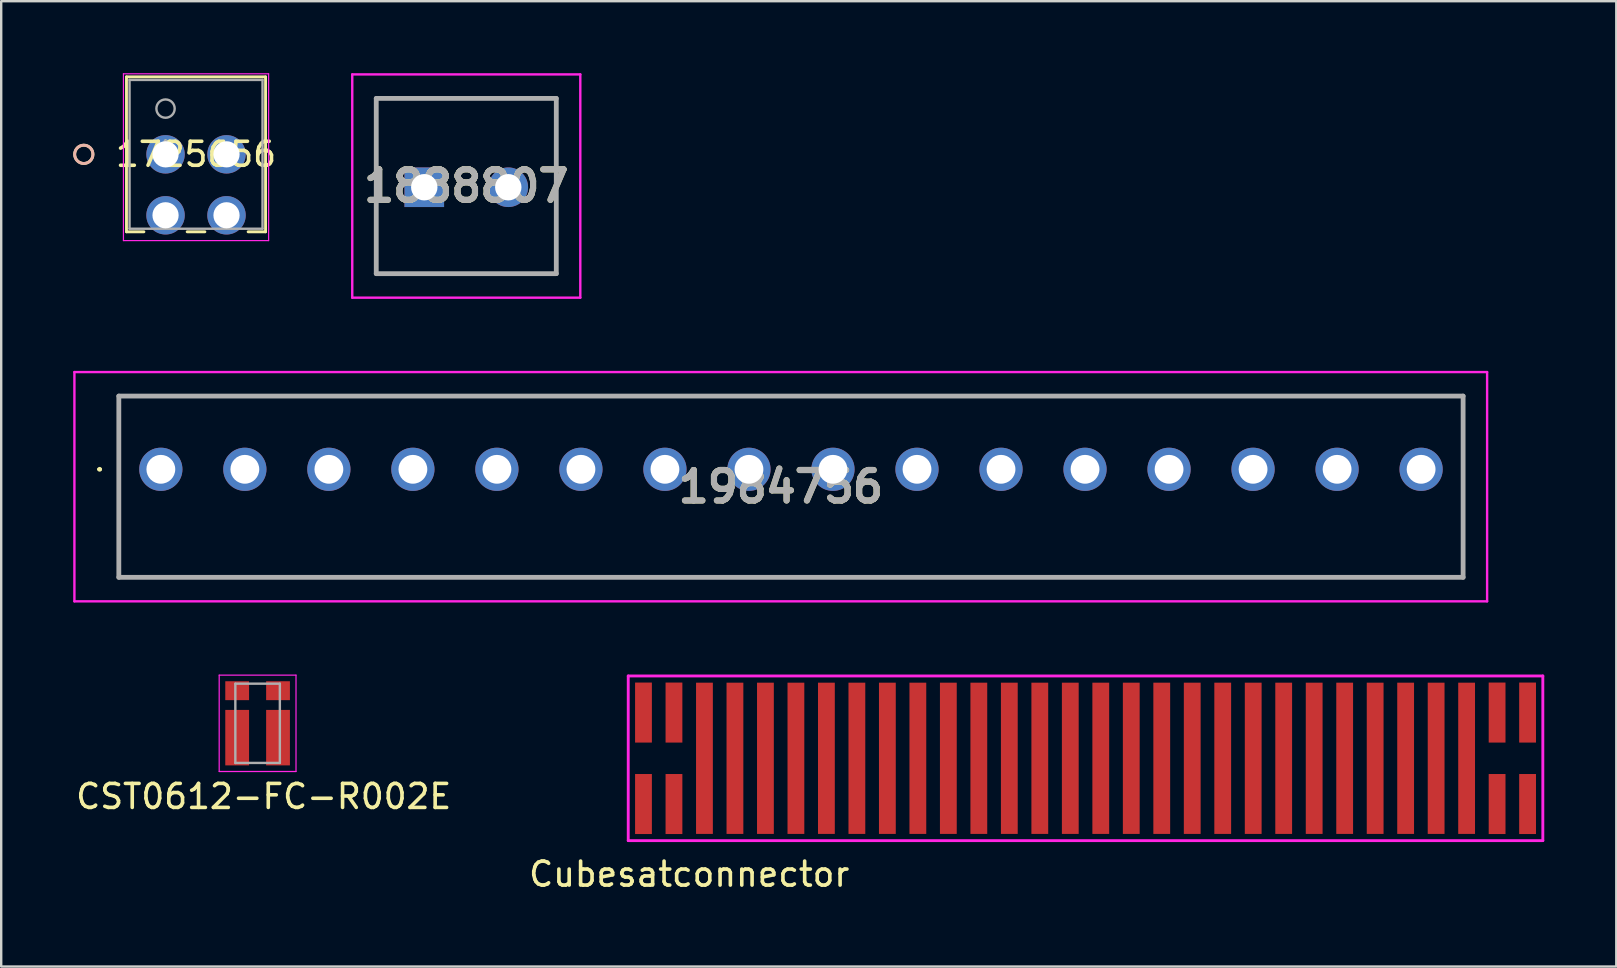
<source format=kicad_pcb>
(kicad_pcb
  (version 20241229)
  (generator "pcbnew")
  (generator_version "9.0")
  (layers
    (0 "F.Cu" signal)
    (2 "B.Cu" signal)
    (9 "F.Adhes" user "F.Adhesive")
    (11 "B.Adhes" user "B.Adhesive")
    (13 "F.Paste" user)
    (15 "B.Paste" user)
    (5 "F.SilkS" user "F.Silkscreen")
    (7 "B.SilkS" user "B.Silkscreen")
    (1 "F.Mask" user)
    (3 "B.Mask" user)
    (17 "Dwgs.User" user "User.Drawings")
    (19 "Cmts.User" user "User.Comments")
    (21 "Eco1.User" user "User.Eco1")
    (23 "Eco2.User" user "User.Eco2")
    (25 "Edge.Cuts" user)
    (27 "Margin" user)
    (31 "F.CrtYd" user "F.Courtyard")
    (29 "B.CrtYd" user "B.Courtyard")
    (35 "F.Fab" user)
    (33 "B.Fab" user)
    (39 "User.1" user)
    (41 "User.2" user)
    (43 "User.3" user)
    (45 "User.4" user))
  (footprint "1888807"
    (layer "F.Cu")
    (at 14.624 4.75)
    (property "Reference" "1888807" (at 1.75 -0.05 0) (layer "F.SilkS") (effects (font (size 1.27 1.27) (thickness 0.254))))
    (attr through_hole)
    (fp_line (start -2 -3.7) (end 5.5 -3.7) (stroke (width 0.1) (type solid)) (layer "F.SilkS"))
    (fp_line (start -2 3.6) (end -2 -3.7) (stroke (width 0.1) (type solid)) (layer "F.SilkS"))
    (fp_line (start 5.5 -3.7) (end 5.5 3.6) (stroke (width 0.1) (type solid)) (layer "F.SilkS"))
    (fp_line (start 5.5 3.6) (end -2 3.6) (stroke (width 0.1) (type solid)) (layer "F.SilkS"))
    (fp_line (start -3 -4.7) (end 6.5 -4.7) (stroke (width 0.1) (type solid)) (layer "F.CrtYd"))
    (fp_line (start -3 4.6) (end -3 -4.7) (stroke (width 0.1) (type solid)) (layer "F.CrtYd"))
    (fp_line (start 6.5 -4.7) (end 6.5 4.6) (stroke (width 0.1) (type solid)) (layer "F.CrtYd"))
    (fp_line (start 6.5 4.6) (end -3 4.6) (stroke (width 0.1) (type solid)) (layer "F.CrtYd"))
    (fp_line (start -2 -3.7) (end -2 3.6) (stroke (width 0.2) (type solid)) (layer "F.Fab"))
    (fp_line (start -2 3.6) (end 5.5 3.6) (stroke (width 0.2) (type solid)) (layer "F.Fab"))
    (fp_line (start 5.5 -3.7) (end -2 -3.7) (stroke (width 0.2) (type solid)) (layer "F.Fab"))
    (fp_line (start 5.5 3.6) (end 5.5 -3.7) (stroke (width 0.2) (type solid)) (layer "F.Fab"))
    (fp_text user "${REFERENCE}" (at 1.75 -0.05 0) (layer "F.Fab") (effects (font (size 1.27 1.27) (thickness 0.254))))
    (pad "1" thru_hole rect (at 0 0) (size 1.65 1.65) (drill 1.1) (layers "*.Cu" "*.Mask"))
    (pad "2" thru_hole circle (at 3.5 0) (size 1.65 1.65) (drill 1.1) (layers "*.Cu" "*.Mask")))
  (footprint "CST0612-FC-R002E"
    (layer "F.Cu")
    (at 7.681 27.082)
    (property "Reference" "CST0612-FC-R002E" (at 0.254 3.048 0) (layer "F.SilkS") (effects (font (size 1 1) (thickness 0.15))))
    (attr through_hole)
    (fp_line (start -1.6 -2.007) (end 1.6 -2.007) (stroke (width 0.05) (type solid)) (layer "F.CrtYd"))
    (fp_line (start -1.6 2.007) (end -1.6 -2.007) (stroke (width 0.05) (type solid)) (layer "F.CrtYd"))
    (fp_line (start 1.6 -2.007) (end 1.6 2.007) (stroke (width 0.05) (type solid)) (layer "F.CrtYd"))
    (fp_line (start 1.6 2.007) (end -1.6 2.007) (stroke (width 0.05) (type solid)) (layer "F.CrtYd"))
    (fp_line (start -0.927 -1.651) (end -0.927 1.651) (stroke (width 0.1) (type solid)) (layer "F.Fab"))
    (fp_line (start -0.927 1.651) (end 0.927 1.651) (stroke (width 0.1) (type solid)) (layer "F.Fab"))
    (fp_line (start 0.927 -1.651) (end -0.927 -1.651) (stroke (width 0.1) (type solid)) (layer "F.Fab"))
    (fp_line (start 0.927 1.651) (end 0.927 -1.651) (stroke (width 0.1) (type solid)) (layer "F.Fab"))
    (pad "1" smd rect (at -0.851 0.597) (size 0.991 2.311) (layers "F.Cu" "F.Mask" "F.Paste"))
    (pad "2" smd rect (at -0.851 -1.359) (size 0.991 0.787) (layers "F.Cu" "F.Mask" "F.Paste"))
    (pad "3" smd rect (at 0.851 0.597) (size 0.991 2.311) (layers "F.Cu" "F.Mask" "F.Paste"))
    (pad "4" smd rect (at 0.851 -1.359) (size 0.991 0.787) (layers "F.Cu" "F.Mask" "F.Paste")))
  (footprint "1984756"
    (layer "F.Cu")
    (at 3.65 16.5)
    (property "Reference" "1984756" (at 25.825 0.725 0) (layer "F.SilkS") (effects (font (size 1.27 1.27) (thickness 0.254))))
    (attr through_hole)
    (fp_line (start -2.6 0) (end -2.6 0) (stroke (width 0.1) (type solid)) (layer "F.SilkS"))
    (fp_line (start -2.5 0) (end -2.5 0) (stroke (width 0.1) (type solid)) (layer "F.SilkS"))
    (fp_line (start -1.75 -3.05) (end 54.25 -3.05) (stroke (width 0.1) (type solid)) (layer "F.SilkS"))
    (fp_line (start -1.75 4.5) (end -1.75 -3.05) (stroke (width 0.1) (type solid)) (layer "F.SilkS"))
    (fp_line (start 54.25 -3.05) (end 54.25 4.5) (stroke (width 0.1) (type solid)) (layer "F.SilkS"))
    (fp_line (start 54.25 4.5) (end -1.75 4.5) (stroke (width 0.1) (type solid)) (layer "F.SilkS"))
    (fp_arc (start -2.6 0) (mid -2.55 -0.05) (end -2.5 0) (stroke (width 0.1) (type solid)) (layer "F.SilkS"))
    (fp_arc (start -2.5 0) (mid -2.55 0.05) (end -2.6 0) (stroke (width 0.1) (type solid)) (layer "F.SilkS"))
    (fp_line (start -3.6 -4.05) (end 55.25 -4.05) (stroke (width 0.1) (type solid)) (layer "F.CrtYd"))
    (fp_line (start -3.6 5.5) (end -3.6 -4.05) (stroke (width 0.1) (type solid)) (layer "F.CrtYd"))
    (fp_line (start 55.25 -4.05) (end 55.25 5.5) (stroke (width 0.1) (type solid)) (layer "F.CrtYd"))
    (fp_line (start 55.25 5.5) (end -3.6 5.5) (stroke (width 0.1) (type solid)) (layer "F.CrtYd"))
    (fp_line (start -1.75 -3.05) (end 54.25 -3.05) (stroke (width 0.2) (type solid)) (layer "F.Fab"))
    (fp_line (start -1.75 4.5) (end -1.75 -3.05) (stroke (width 0.2) (type solid)) (layer "F.Fab"))
    (fp_line (start 54.25 -3.05) (end 54.25 4.5) (stroke (width 0.2) (type solid)) (layer "F.Fab"))
    (fp_line (start 54.25 4.5) (end -1.75 4.5) (stroke (width 0.2) (type solid)) (layer "F.Fab"))
    (fp_text user "${REFERENCE}" (at 25.825 0.725 0) (layer "F.Fab") (effects (font (size 1.27 1.27) (thickness 0.254))))
    (pad "1" thru_hole circle (at 0 0) (size 1.8 1.8) (drill 1.2) (layers "*.Cu" "*.Mask"))
    (pad "2" thru_hole circle (at 3.5 0) (size 1.8 1.8) (drill 1.2) (layers "*.Cu" "*.Mask"))
    (pad "3" thru_hole circle (at 7 0) (size 1.8 1.8) (drill 1.2) (layers "*.Cu" "*.Mask"))
    (pad "4" thru_hole circle (at 10.5 0) (size 1.8 1.8) (drill 1.2) (layers "*.Cu" "*.Mask"))
    (pad "5" thru_hole circle (at 14 0) (size 1.8 1.8) (drill 1.2) (layers "*.Cu" "*.Mask"))
    (pad "6" thru_hole circle (at 17.5 0) (size 1.8 1.8) (drill 1.2) (layers "*.Cu" "*.Mask"))
    (pad "7" thru_hole circle (at 21 0) (size 1.8 1.8) (drill 1.2) (layers "*.Cu" "*.Mask"))
    (pad "8" thru_hole circle (at 24.5 0) (size 1.8 1.8) (drill 1.2) (layers "*.Cu" "*.Mask"))
    (pad "9" thru_hole circle (at 28 0) (size 1.8 1.8) (drill 1.2) (layers "*.Cu" "*.Mask"))
    (pad "10" thru_hole circle (at 31.5 0) (size 1.8 1.8) (drill 1.2) (layers "*.Cu" "*.Mask"))
    (pad "11" thru_hole circle (at 35 0) (size 1.8 1.8) (drill 1.2) (layers "*.Cu" "*.Mask"))
    (pad "12" thru_hole circle (at 38.5 0) (size 1.8 1.8) (drill 1.2) (layers "*.Cu" "*.Mask"))
    (pad "13" thru_hole circle (at 42 0) (size 1.8 1.8) (drill 1.2) (layers "*.Cu" "*.Mask"))
    (pad "14" thru_hole circle (at 45.5 0) (size 1.8 1.8) (drill 1.2) (layers "*.Cu" "*.Mask"))
    (pad "15" thru_hole circle (at 49 0) (size 1.8 1.8) (drill 1.2) (layers "*.Cu" "*.Mask"))
    (pad "16" thru_hole circle (at 52.5 0) (size 1.8 1.8) (drill 1.2) (layers "*.Cu" "*.Mask")))
  (footprint "1725656"
    (layer "F.Cu")
    (at 3.846 3.379)
    (property "Reference" "1725656" (at 1.27 0 0) (layer "F.SilkS") (effects (font (size 1 1) (thickness 0.15))))
    (attr through_hole)
    (fp_line (start -1.627 -3.227) (end -1.627 3.227) (stroke (width 0.12) (type solid)) (layer "F.SilkS"))
    (fp_line (start -1.627 3.227) (end -0.901 3.227) (stroke (width 0.12) (type solid)) (layer "F.SilkS"))
    (fp_line (start 0.901 3.227) (end 1.639 3.227) (stroke (width 0.12) (type solid)) (layer "F.SilkS"))
    (fp_line (start 3.441 3.227) (end 4.167 3.227) (stroke (width 0.12) (type solid)) (layer "F.SilkS"))
    (fp_line (start 4.167 -3.227) (end -1.627 -3.227) (stroke (width 0.12) (type solid)) (layer "F.SilkS"))
    (fp_line (start 4.167 3.227) (end 4.167 -3.227) (stroke (width 0.12) (type solid)) (layer "F.SilkS"))
    (fp_circle (center -3.405 0) (end -3.024 0) (stroke (width 0.12) (type solid)) (fill no) (layer "F.SilkS"))
    (fp_circle (center -3.405 0) (end -3.024 0) (stroke (width 0.12) (type solid)) (fill no) (layer "B.SilkS"))
    (fp_line (start -1.754 -3.354) (end -1.754 3.594) (stroke (width 0.05) (type solid)) (layer "F.CrtYd"))
    (fp_line (start -1.754 3.594) (end 4.294 3.594) (stroke (width 0.05) (type solid)) (layer "F.CrtYd"))
    (fp_line (start 4.294 -3.354) (end -1.754 -3.354) (stroke (width 0.05) (type solid)) (layer "F.CrtYd"))
    (fp_line (start 4.294 3.594) (end 4.294 -3.354) (stroke (width 0.05) (type solid)) (layer "F.CrtYd"))
    (fp_line (start -1.5 -3.1) (end -1.5 3.1) (stroke (width 0.1) (type solid)) (layer "F.Fab"))
    (fp_line (start -1.5 3.1) (end 4.04 3.1) (stroke (width 0.1) (type solid)) (layer "F.Fab"))
    (fp_line (start 4.04 -3.1) (end -1.5 -3.1) (stroke (width 0.1) (type solid)) (layer "F.Fab"))
    (fp_line (start 4.04 3.1) (end 4.04 -3.1) (stroke (width 0.1) (type solid)) (layer "F.Fab"))
    (fp_circle (center 0 -1.905) (end 0.381 -1.905) (stroke (width 0.1) (type solid)) (fill no) (layer "F.Fab"))
    (fp_text user "*" (at 0 0 0) (layer "F.SilkS") (effects (font (size 1 1) (thickness 0.15))))
    (fp_text user "Copyright 2021 Accelerated Designs. All rights reserved." (at 0 0 0) (layer "Cmts.User") (effects (font (size 0.127 0.127) (thickness 0.002))))
    (fp_text user "*" (at 0 0 0) (layer "F.Fab") (effects (font (size 1 1) (thickness 0.15))))
    (pad "1" thru_hole circle (at 0 0) (size 1.6 1.6) (drill 1.092) (layers "*.Cu" "*.Mask"))
    (pad "2" thru_hole circle (at 2.54 0) (size 1.6 1.6) (drill 1.092) (layers "*.Cu" "*.Mask"))
    (pad "3" thru_hole circle (at 0 2.54 90) (size 1.6 1.6) (drill 1.092) (layers "*.Cu" "*.Mask"))
    (pad "4" thru_hole circle (at 2.54 2.54 90) (size 1.6 1.6) (drill 1.092) (layers "*.Cu" "*.Mask")))
  (footprint "Cubesatconnector"
    (layer "F.Cu")
    (at 42.171 28.539)
    (property "Reference" "Cubesatconnector" (at -16.51 4.826 0) (layer "F.SilkS") (effects (font (size 1 1) (thickness 0.15))))
    (attr through_hole)
    (fp_line (start -19.05 -3.429) (end 19.05 -3.429) (stroke (width 0.12) (type solid)) (layer "F.CrtYd"))
    (fp_line (start -19.05 3.429) (end -19.05 -3.429) (stroke (width 0.12) (type solid)) (layer "F.CrtYd"))
    (fp_line (start 19.05 -3.429) (end 19.05 3.429) (stroke (width 0.12) (type solid)) (layer "F.CrtYd"))
    (fp_line (start 19.05 3.429) (end -19.05 3.429) (stroke (width 0.12) (type solid)) (layer "F.CrtYd"))
    (pad "1" smd rect (at -18.415 -1.905) (size 0.7 2.5) (layers "F.Cu" "F.Mask" "F.Paste"))
    (pad "1" smd rect (at -18.415 1.905) (size 0.7 2.5) (layers "F.Cu" "F.Mask" "F.Paste"))
    (pad "2" smd rect (at -17.145 -1.905) (size 0.7 2.5) (layers "F.Cu" "F.Mask" "F.Paste"))
    (pad "2" smd rect (at -17.145 1.905) (size 0.7 2.5) (layers "F.Cu" "F.Mask" "F.Paste"))
    (pad "3" smd rect (at -15.875 0) (size 0.7 6.3) (layers "F.Cu" "F.Mask" "F.Paste"))
    (pad "4" smd rect (at -14.605 0) (size 0.7 6.3) (layers "F.Cu" "F.Mask" "F.Paste"))
    (pad "5" smd rect (at -13.335 0) (size 0.7 6.3) (layers "F.Cu" "F.Mask" "F.Paste"))
    (pad "6" smd rect (at -12.065 0) (size 0.7 6.3) (layers "F.Cu" "F.Mask" "F.Paste"))
    (pad "7" smd rect (at -10.795 0) (size 0.7 6.3) (layers "F.Cu" "F.Mask" "F.Paste"))
    (pad "8" smd rect (at -9.525 0) (size 0.7 6.3) (layers "F.Cu" "F.Mask" "F.Paste"))
    (pad "9" smd rect (at -8.255 0) (size 0.7 6.3) (layers "F.Cu" "F.Mask" "F.Paste"))
    (pad "10" smd rect (at -6.985 0) (size 0.7 6.3) (layers "F.Cu" "F.Mask" "F.Paste"))
    (pad "11" smd rect (at -5.715 0) (size 0.7 6.3) (layers "F.Cu" "F.Mask" "F.Paste"))
    (pad "12" smd rect (at -4.445 0) (size 0.7 6.3) (layers "F.Cu" "F.Mask" "F.Paste"))
    (pad "13" smd rect (at -3.175 0) (size 0.7 6.3) (layers "F.Cu" "F.Mask" "F.Paste"))
    (pad "14" smd rect (at -1.905 0) (size 0.7 6.3) (layers "F.Cu" "F.Mask" "F.Paste"))
    (pad "15" smd rect (at -0.635 0) (size 0.7 6.3) (layers "F.Cu" "F.Mask" "F.Paste"))
    (pad "16" smd rect (at 0.635 0) (size 0.7 6.3) (layers "F.Cu" "F.Mask" "F.Paste"))
    (pad "17" smd rect (at 1.905 0) (size 0.7 6.3) (layers "F.Cu" "F.Mask" "F.Paste"))
    (pad "18" smd rect (at 3.175 0) (size 0.7 6.3) (layers "F.Cu" "F.Mask" "F.Paste"))
    (pad "19" smd rect (at 4.445 0) (size 0.7 6.3) (layers "F.Cu" "F.Mask" "F.Paste"))
    (pad "20" smd rect (at 5.715 0) (size 0.7 6.3) (layers "F.Cu" "F.Mask" "F.Paste"))
    (pad "21" smd rect (at 6.985 0) (size 0.7 6.3) (layers "F.Cu" "F.Mask" "F.Paste"))
    (pad "22" smd rect (at 8.255 0) (size 0.7 6.3) (layers "F.Cu" "F.Mask" "F.Paste"))
    (pad "23" smd rect (at 9.525 0) (size 0.7 6.3) (layers "F.Cu" "F.Mask" "F.Paste"))
    (pad "24" smd rect (at 10.795 0) (size 0.7 6.3) (layers "F.Cu" "F.Mask" "F.Paste"))
    (pad "25" smd rect (at 12.065 0) (size 0.7 6.3) (layers "F.Cu" "F.Mask" "F.Paste"))
    (pad "26" smd rect (at 13.335 0) (size 0.7 6.3) (layers "F.Cu" "F.Mask" "F.Paste"))
    (pad "27" smd rect (at 14.605 0) (size 0.7 6.3) (layers "F.Cu" "F.Mask" "F.Paste"))
    (pad "28" smd rect (at 15.875 0) (size 0.7 6.3) (layers "F.Cu" "F.Mask" "F.Paste"))
    (pad "29" smd rect (at 17.145 -1.905) (size 0.7 2.5) (layers "F.Cu" "F.Mask" "F.Paste"))
    (pad "29" smd rect (at 17.145 1.905) (size 0.7 2.5) (layers "F.Cu" "F.Mask" "F.Paste"))
    (pad "30" smd rect (at 18.415 -1.905) (size 0.7 2.5) (layers "F.Cu" "F.Mask" "F.Paste"))
    (pad "30" smd rect (at 18.415 1.905) (size 0.7 2.5) (layers "F.Cu" "F.Mask" "F.Paste")))
  (gr_rect
    (start -3 -3)
    (end 64.281 37.213)
    (stroke (width 0.1) (type default))
    (fill no)
    (layer "Edge.Cuts")))
</source>
